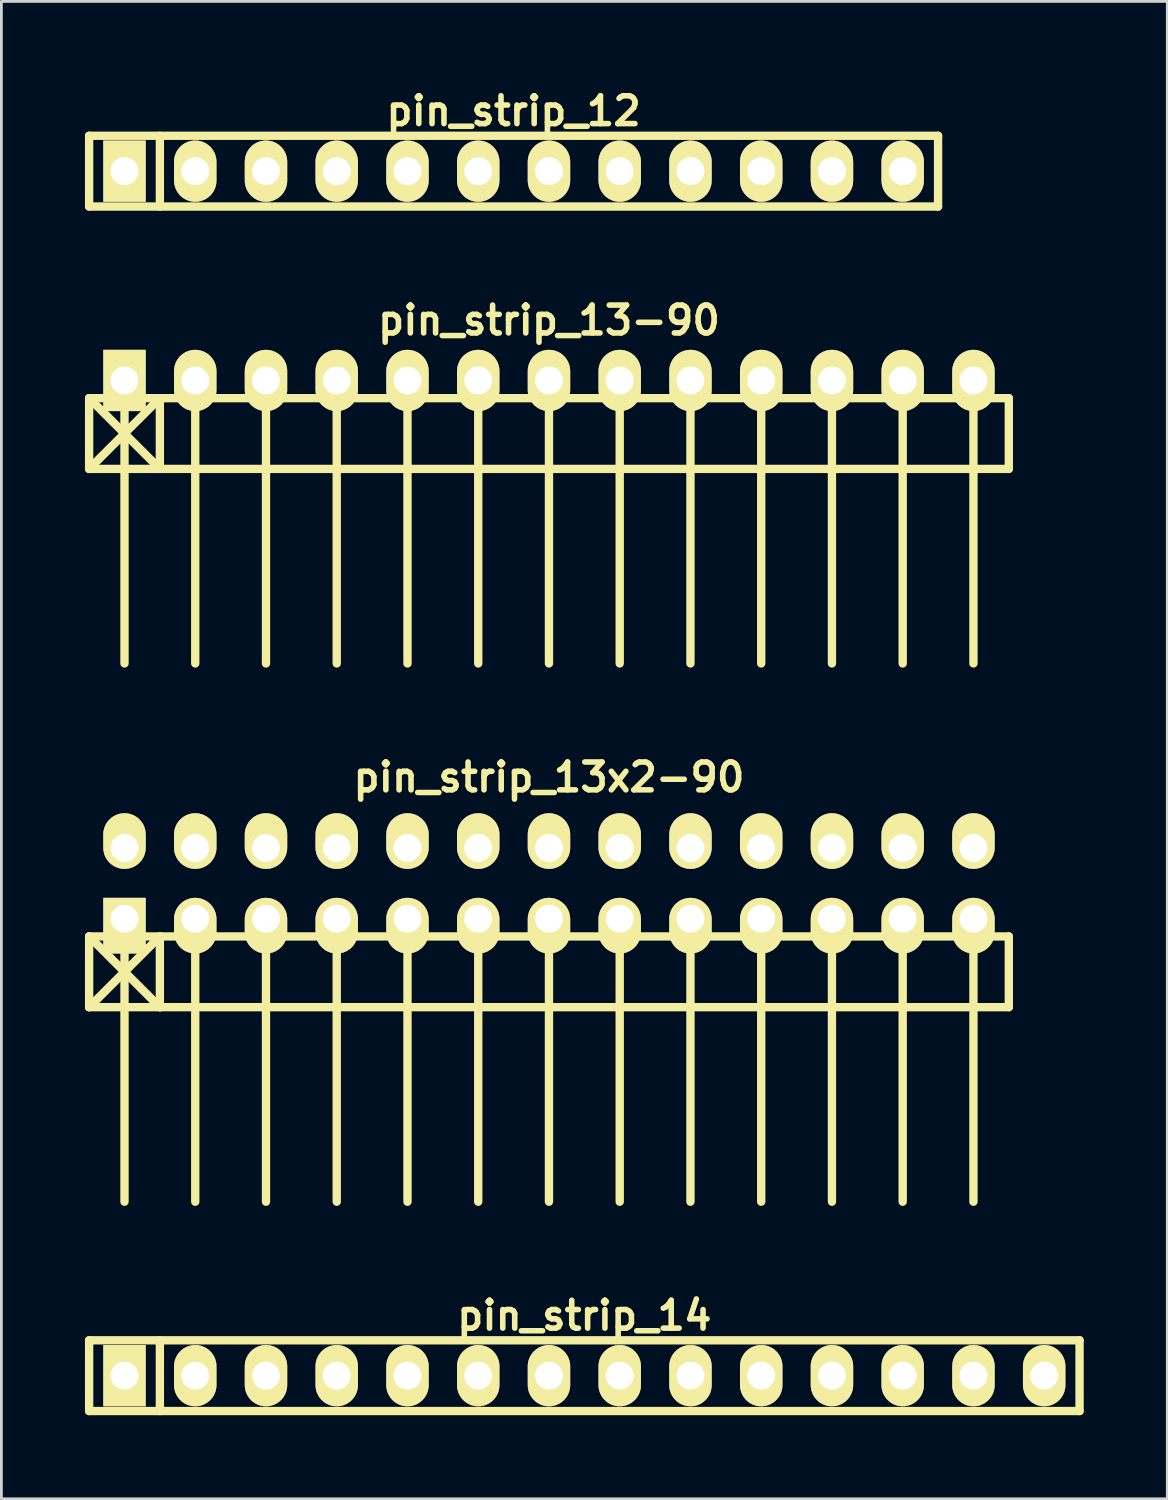
<source format=kicad_pcb>
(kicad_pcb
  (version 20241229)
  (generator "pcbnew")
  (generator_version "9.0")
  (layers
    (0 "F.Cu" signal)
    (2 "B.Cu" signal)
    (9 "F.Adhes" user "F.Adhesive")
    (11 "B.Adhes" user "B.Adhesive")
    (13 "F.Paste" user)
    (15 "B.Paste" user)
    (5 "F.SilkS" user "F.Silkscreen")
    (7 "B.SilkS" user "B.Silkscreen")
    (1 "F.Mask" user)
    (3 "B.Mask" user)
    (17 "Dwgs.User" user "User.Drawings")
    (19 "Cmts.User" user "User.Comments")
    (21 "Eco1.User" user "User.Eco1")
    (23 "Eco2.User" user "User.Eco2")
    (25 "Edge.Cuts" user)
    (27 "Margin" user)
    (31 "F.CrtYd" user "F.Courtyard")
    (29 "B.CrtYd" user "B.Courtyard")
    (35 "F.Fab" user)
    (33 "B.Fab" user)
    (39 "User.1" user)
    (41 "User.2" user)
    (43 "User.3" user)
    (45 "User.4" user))
  (footprint "pin_strip_14"
    (layer "F.Cu")
    (at 17.93 46.341)
    (property "Reference" "pin_strip_14" (at 0 -2.159 0) (layer "F.SilkS") (effects (font (size 1 1) (thickness 0.2))))
    (attr through_hole)
    (fp_line (start -17.78 -1.27) (end 17.78 -1.27) (stroke (width 0.3) (type solid)) (layer "F.SilkS"))
    (fp_line (start -17.78 1.27) (end -17.78 -1.27) (stroke (width 0.3) (type solid)) (layer "F.SilkS"))
    (fp_line (start -15.24 -1.27) (end -15.24 1.27) (stroke (width 0.3) (type solid)) (layer "F.SilkS"))
    (fp_line (start 17.78 -1.27) (end 17.78 1.27) (stroke (width 0.3) (type solid)) (layer "F.SilkS"))
    (fp_line (start 17.78 1.27) (end -17.78 1.27) (stroke (width 0.3) (type solid)) (layer "F.SilkS"))
    (pad "1" thru_hole rect (at -16.51 0) (size 1.524 2.2) (drill 1.001) (layers "*.Cu" "*.Mask" "F.SilkS"))
    (pad "2" thru_hole oval (at -13.97 0) (size 1.524 2.2) (drill 1.001) (layers "*.Cu" "*.Mask" "F.SilkS"))
    (pad "3" thru_hole oval (at -11.43 0) (size 1.524 2.2) (drill 1.001) (layers "*.Cu" "*.Mask" "F.SilkS"))
    (pad "4" thru_hole oval (at -8.89 0) (size 1.524 2.2) (drill 1.001) (layers "*.Cu" "*.Mask" "F.SilkS"))
    (pad "5" thru_hole oval (at -6.35 0) (size 1.524 2.2) (drill 1.001) (layers "*.Cu" "*.Mask" "F.SilkS"))
    (pad "6" thru_hole oval (at -3.81 0) (size 1.524 2.2) (drill 1.001) (layers "*.Cu" "*.Mask" "F.SilkS"))
    (pad "7" thru_hole oval (at -1.27 0) (size 1.524 2.2) (drill 1.001) (layers "*.Cu" "*.Mask" "F.SilkS"))
    (pad "8" thru_hole oval (at 1.27 0) (size 1.524 2.2) (drill 1.001) (layers "*.Cu" "*.Mask" "F.SilkS"))
    (pad "9" thru_hole oval (at 3.81 0) (size 1.524 2.2) (drill 1.001) (layers "*.Cu" "*.Mask" "F.SilkS"))
    (pad "10" thru_hole oval (at 6.35 0) (size 1.524 2.2) (drill 1.001) (layers "*.Cu" "*.Mask" "F.SilkS"))
    (pad "11" thru_hole oval (at 8.89 0) (size 1.524 2.2) (drill 1.001) (layers "*.Cu" "*.Mask" "F.SilkS"))
    (pad "12" thru_hole oval (at 11.43 0) (size 1.524 2.2) (drill 1.001) (layers "*.Cu" "*.Mask" "F.SilkS"))
    (pad "13" thru_hole oval (at 13.97 0) (size 1.524 2.2) (drill 1.001) (layers "*.Cu" "*.Mask" "F.SilkS"))
    (pad "14" thru_hole oval (at 16.51 0) (size 1.524 2.2) (drill 1.001) (layers "*.Cu" "*.Mask" "F.SilkS")))
  (footprint "pin_strip_13-90"
    (layer "F.Cu")
    (at 16.66 10.61)
    (property "Reference" "pin_strip_13-90" (at 0 -2.159 0) (layer "F.SilkS") (effects (font (size 1 1) (thickness 0.2))))
    (attr through_hole)
    (fp_line (start -16.51 0.635) (end 16.51 0.635) (stroke (width 0.3) (type solid)) (layer "F.SilkS"))
    (fp_line (start -16.51 3.175) (end -16.51 0.635) (stroke (width 0.3) (type solid)) (layer "F.SilkS"))
    (fp_line (start -16.51 3.175) (end -13.97 0.635) (stroke (width 0.3) (type solid)) (layer "F.SilkS"))
    (fp_line (start -15.24 0) (end -15.24 10.16) (stroke (width 0.3) (type solid)) (layer "F.SilkS"))
    (fp_line (start -13.97 0.635) (end -13.97 3.175) (stroke (width 0.3) (type solid)) (layer "F.SilkS"))
    (fp_line (start -13.97 3.175) (end -16.51 0.635) (stroke (width 0.3) (type solid)) (layer "F.SilkS"))
    (fp_line (start -12.7 0) (end -12.7 10.16) (stroke (width 0.3) (type solid)) (layer "F.SilkS"))
    (fp_line (start -10.16 10.16) (end -10.16 0) (stroke (width 0.3) (type solid)) (layer "F.SilkS"))
    (fp_line (start -7.62 0) (end -7.62 10.16) (stroke (width 0.3) (type solid)) (layer "F.SilkS"))
    (fp_line (start -5.08 0) (end -5.08 10.16) (stroke (width 0.3) (type solid)) (layer "F.SilkS"))
    (fp_line (start -2.54 0) (end -2.54 10.16) (stroke (width 0.3) (type solid)) (layer "F.SilkS"))
    (fp_line (start 0 0) (end 0 10.16) (stroke (width 0.3) (type solid)) (layer "F.SilkS"))
    (fp_line (start 2.54 0) (end 2.54 10.16) (stroke (width 0.3) (type solid)) (layer "F.SilkS"))
    (fp_line (start 5.08 0) (end 5.08 10.16) (stroke (width 0.3) (type solid)) (layer "F.SilkS"))
    (fp_line (start 7.62 0) (end 7.62 10.16) (stroke (width 0.3) (type solid)) (layer "F.SilkS"))
    (fp_line (start 10.16 0) (end 10.16 10.16) (stroke (width 0.3) (type solid)) (layer "F.SilkS"))
    (fp_line (start 12.7 0) (end 12.7 10.16) (stroke (width 0.3) (type solid)) (layer "F.SilkS"))
    (fp_line (start 15.24 10.16) (end 15.24 0) (stroke (width 0.3) (type solid)) (layer "F.SilkS"))
    (fp_line (start 16.51 0.635) (end 16.51 3.175) (stroke (width 0.3) (type solid)) (layer "F.SilkS"))
    (fp_line (start 16.51 3.175) (end -16.51 3.175) (stroke (width 0.3) (type solid)) (layer "F.SilkS"))
    (pad "1" thru_hole rect (at -15.24 0) (size 1.524 2.2) (drill 1.001) (layers "*.Cu" "*.Mask" "F.SilkS"))
    (pad "2" thru_hole oval (at -12.7 0) (size 1.524 2.2) (drill 1.001) (layers "*.Cu" "*.Mask" "F.SilkS"))
    (pad "3" thru_hole oval (at -10.16 0) (size 1.524 2.2) (drill 1.001) (layers "*.Cu" "*.Mask" "F.SilkS"))
    (pad "4" thru_hole oval (at -7.62 0) (size 1.524 2.2) (drill 1.001) (layers "*.Cu" "*.Mask" "F.SilkS"))
    (pad "5" thru_hole oval (at -5.08 0) (size 1.524 2.2) (drill 1.001) (layers "*.Cu" "*.Mask" "F.SilkS"))
    (pad "6" thru_hole oval (at -2.54 0) (size 1.524 2.2) (drill 1.001) (layers "*.Cu" "*.Mask" "F.SilkS"))
    (pad "7" thru_hole oval (at 0 0) (size 1.524 2.2) (drill 1.001) (layers "*.Cu" "*.Mask" "F.SilkS"))
    (pad "8" thru_hole oval (at 2.54 0) (size 1.524 2.2) (drill 1.001) (layers "*.Cu" "*.Mask" "F.SilkS"))
    (pad "9" thru_hole oval (at 5.08 0) (size 1.524 2.2) (drill 1.001) (layers "*.Cu" "*.Mask" "F.SilkS"))
    (pad "10" thru_hole oval (at 7.62 0) (size 1.524 2.2) (drill 1.001) (layers "*.Cu" "*.Mask" "F.SilkS"))
    (pad "11" thru_hole oval (at 10.16 0) (size 1.524 2.2) (drill 1.001) (layers "*.Cu" "*.Mask" "F.SilkS"))
    (pad "12" thru_hole oval (at 12.7 0) (size 1.524 2.2) (drill 1.001) (layers "*.Cu" "*.Mask" "F.SilkS"))
    (pad "13" thru_hole oval (at 15.24 0) (size 1.524 2.2) (drill 1.001) (layers "*.Cu" "*.Mask" "F.SilkS")))
  (footprint "pin_strip_12"
    (layer "F.Cu")
    (at 15.39 3.095)
    (property "Reference" "pin_strip_12" (at 0 -2.159 0) (layer "F.SilkS") (effects (font (size 1 1) (thickness 0.2))))
    (attr through_hole)
    (fp_line (start -15.24 -1.27) (end 15.24 -1.27) (stroke (width 0.3) (type solid)) (layer "F.SilkS"))
    (fp_line (start -15.24 1.27) (end -15.24 -1.27) (stroke (width 0.3) (type solid)) (layer "F.SilkS"))
    (fp_line (start -12.7 -1.27) (end -12.7 1.27) (stroke (width 0.3) (type solid)) (layer "F.SilkS"))
    (fp_line (start 15.24 -1.27) (end 15.24 1.27) (stroke (width 0.3) (type solid)) (layer "F.SilkS"))
    (fp_line (start 15.24 1.27) (end -15.24 1.27) (stroke (width 0.3) (type solid)) (layer "F.SilkS"))
    (pad "1" thru_hole rect (at -13.97 0) (size 1.524 2.2) (drill 1.001) (layers "*.Cu" "*.Mask" "F.SilkS"))
    (pad "2" thru_hole oval (at -11.43 0) (size 1.524 2.2) (drill 1.001) (layers "*.Cu" "*.Mask" "F.SilkS"))
    (pad "3" thru_hole oval (at -8.89 0) (size 1.524 2.2) (drill 1.001) (layers "*.Cu" "*.Mask" "F.SilkS"))
    (pad "4" thru_hole oval (at -6.35 0) (size 1.524 2.2) (drill 1.001) (layers "*.Cu" "*.Mask" "F.SilkS"))
    (pad "5" thru_hole oval (at -3.81 0) (size 1.524 2.2) (drill 1.001) (layers "*.Cu" "*.Mask" "F.SilkS"))
    (pad "6" thru_hole oval (at -1.27 0) (size 1.524 2.2) (drill 1.001) (layers "*.Cu" "*.Mask" "F.SilkS"))
    (pad "7" thru_hole oval (at 1.27 0) (size 1.524 2.2) (drill 1.001) (layers "*.Cu" "*.Mask" "F.SilkS"))
    (pad "8" thru_hole oval (at 3.81 0) (size 1.524 2.2) (drill 1.001) (layers "*.Cu" "*.Mask" "F.SilkS"))
    (pad "9" thru_hole oval (at 6.35 0) (size 1.524 2.2) (drill 1.001) (layers "*.Cu" "*.Mask" "F.SilkS"))
    (pad "10" thru_hole oval (at 8.89 0) (size 1.524 2.2) (drill 1.001) (layers "*.Cu" "*.Mask" "F.SilkS"))
    (pad "11" thru_hole oval (at 11.43 0) (size 1.524 2.2) (drill 1.001) (layers "*.Cu" "*.Mask" "F.SilkS"))
    (pad "12" thru_hole oval (at 13.97 0) (size 1.524 2.2) (drill 1.001) (layers "*.Cu" "*.Mask" "F.SilkS")))
  (footprint "pin_strip_13x2-90"
    (layer "F.Cu")
    (at 16.66 28.666)
    (property "Reference" "pin_strip_13x2-90" (at 0 -3.81 0) (layer "F.SilkS") (effects (font (size 1 1) (thickness 0.2))))
    (attr through_hole)
    (fp_line (start -16.51 1.905) (end -13.97 4.445) (stroke (width 0.3) (type solid)) (layer "F.SilkS"))
    (fp_line (start -16.51 1.905) (end 16.51 1.905) (stroke (width 0.3) (type solid)) (layer "F.SilkS"))
    (fp_line (start -16.51 4.445) (end -16.51 1.905) (stroke (width 0.3) (type solid)) (layer "F.SilkS"))
    (fp_line (start -15.24 1.27) (end -15.24 11.43) (stroke (width 0.3) (type solid)) (layer "F.SilkS"))
    (fp_line (start -13.97 1.905) (end -16.51 4.445) (stroke (width 0.3) (type solid)) (layer "F.SilkS"))
    (fp_line (start -13.97 4.445) (end -13.97 1.905) (stroke (width 0.3) (type solid)) (layer "F.SilkS"))
    (fp_line (start -12.7 1.27) (end -12.7 11.43) (stroke (width 0.3) (type solid)) (layer "F.SilkS"))
    (fp_line (start -10.16 11.43) (end -10.16 1.27) (stroke (width 0.3) (type solid)) (layer "F.SilkS"))
    (fp_line (start -7.62 1.27) (end -7.62 11.43) (stroke (width 0.3) (type solid)) (layer "F.SilkS"))
    (fp_line (start -5.08 1.27) (end -5.08 11.43) (stroke (width 0.3) (type solid)) (layer "F.SilkS"))
    (fp_line (start -2.54 1.27) (end -2.54 11.43) (stroke (width 0.3) (type solid)) (layer "F.SilkS"))
    (fp_line (start 0 1.27) (end 0 11.43) (stroke (width 0.3) (type solid)) (layer "F.SilkS"))
    (fp_line (start 2.54 1.27) (end 2.54 11.43) (stroke (width 0.3) (type solid)) (layer "F.SilkS"))
    (fp_line (start 5.08 1.27) (end 5.08 11.43) (stroke (width 0.3) (type solid)) (layer "F.SilkS"))
    (fp_line (start 7.62 1.27) (end 7.62 11.43) (stroke (width 0.3) (type solid)) (layer "F.SilkS"))
    (fp_line (start 10.16 1.27) (end 10.16 11.43) (stroke (width 0.3) (type solid)) (layer "F.SilkS"))
    (fp_line (start 12.7 1.27) (end 12.7 11.43) (stroke (width 0.3) (type solid)) (layer "F.SilkS"))
    (fp_line (start 15.24 11.43) (end 15.24 1.27) (stroke (width 0.3) (type solid)) (layer "F.SilkS"))
    (fp_line (start 16.51 1.905) (end 16.51 4.445) (stroke (width 0.3) (type solid)) (layer "F.SilkS"))
    (fp_line (start 16.51 4.445) (end -16.51 4.445) (stroke (width 0.3) (type solid)) (layer "F.SilkS"))
    (pad "1" thru_hole rect (at -15.24 1.27) (size 1.524 1.999) (drill 1.001 (offset 0 0.249)) (layers "*.Cu" "*.Mask" "F.SilkS"))
    (pad "2" thru_hole oval (at -15.24 -1.27) (size 1.524 1.999) (drill 1.001 (offset 0 -0.249)) (layers "*.Cu" "*.Mask" "F.SilkS"))
    (pad "3" thru_hole oval (at -12.7 1.27) (size 1.524 1.999) (drill 1.001 (offset 0 0.249)) (layers "*.Cu" "*.Mask" "F.SilkS"))
    (pad "4" thru_hole oval (at -12.7 -1.27) (size 1.524 1.999) (drill 1.001 (offset 0 -0.249)) (layers "*.Cu" "*.Mask" "F.SilkS"))
    (pad "5" thru_hole oval (at -10.16 1.27) (size 1.524 1.999) (drill 1.001 (offset 0 0.249)) (layers "*.Cu" "*.Mask" "F.SilkS"))
    (pad "6" thru_hole oval (at -10.16 -1.27) (size 1.524 1.999) (drill 1.001 (offset 0 -0.249)) (layers "*.Cu" "*.Mask" "F.SilkS"))
    (pad "7" thru_hole oval (at -7.62 1.27) (size 1.524 1.999) (drill 1.001 (offset 0 0.249)) (layers "*.Cu" "*.Mask" "F.SilkS"))
    (pad "8" thru_hole oval (at -7.62 -1.27) (size 1.524 1.999) (drill 1.001 (offset 0 -0.249)) (layers "*.Cu" "*.Mask" "F.SilkS"))
    (pad "9" thru_hole oval (at -5.08 1.27) (size 1.524 1.999) (drill 1.001 (offset 0 0.249)) (layers "*.Cu" "*.Mask" "F.SilkS"))
    (pad "10" thru_hole oval (at -5.08 -1.27) (size 1.524 1.999) (drill 1.001 (offset 0 -0.249)) (layers "*.Cu" "*.Mask" "F.SilkS"))
    (pad "11" thru_hole oval (at -2.54 1.27) (size 1.524 1.999) (drill 1.001 (offset 0 0.249)) (layers "*.Cu" "*.Mask" "F.SilkS"))
    (pad "12" thru_hole oval (at -2.54 -1.27) (size 1.524 1.999) (drill 1.001 (offset 0 -0.249)) (layers "*.Cu" "*.Mask" "F.SilkS"))
    (pad "13" thru_hole oval (at 0 1.27) (size 1.524 1.999) (drill 1.001 (offset 0 0.249)) (layers "*.Cu" "*.Mask" "F.SilkS"))
    (pad "14" thru_hole oval (at 0 -1.27) (size 1.524 1.999) (drill 1.001 (offset 0 -0.249)) (layers "*.Cu" "*.Mask" "F.SilkS"))
    (pad "15" thru_hole oval (at 2.54 1.27) (size 1.524 1.999) (drill 1.001 (offset 0 0.249)) (layers "*.Cu" "*.Mask" "F.SilkS"))
    (pad "16" thru_hole oval (at 2.54 -1.27) (size 1.524 1.999) (drill 1.001 (offset 0 -0.249)) (layers "*.Cu" "*.Mask" "F.SilkS"))
    (pad "17" thru_hole oval (at 5.08 1.27) (size 1.524 1.999) (drill 1.001 (offset 0 0.249)) (layers "*.Cu" "*.Mask" "F.SilkS"))
    (pad "18" thru_hole oval (at 5.08 -1.27) (size 1.524 1.999) (drill 1.001 (offset 0 -0.249)) (layers "*.Cu" "*.Mask" "F.SilkS"))
    (pad "19" thru_hole oval (at 7.62 1.27) (size 1.524 1.999) (drill 1.001 (offset 0 0.249)) (layers "*.Cu" "*.Mask" "F.SilkS"))
    (pad "20" thru_hole oval (at 7.62 -1.27) (size 1.524 1.999) (drill 1.001 (offset 0 -0.249)) (layers "*.Cu" "*.Mask" "F.SilkS"))
    (pad "21" thru_hole oval (at 10.16 1.27) (size 1.524 1.999) (drill 1.001 (offset 0 0.249)) (layers "*.Cu" "*.Mask" "F.SilkS"))
    (pad "22" thru_hole oval (at 10.16 -1.27) (size 1.524 1.999) (drill 1.001 (offset 0 -0.249)) (layers "*.Cu" "*.Mask" "F.SilkS"))
    (pad "23" thru_hole oval (at 12.7 1.27) (size 1.524 1.999) (drill 1.001 (offset 0 0.249)) (layers "*.Cu" "*.Mask" "F.SilkS"))
    (pad "24" thru_hole oval (at 12.7 -1.27) (size 1.524 1.999) (drill 1.001 (offset 0 -0.249)) (layers "*.Cu" "*.Mask" "F.SilkS"))
    (pad "25" thru_hole oval (at 15.24 1.27) (size 1.524 1.999) (drill 1.001 (offset 0 0.249)) (layers "*.Cu" "*.Mask" "F.SilkS"))
    (pad "26" thru_hole oval (at 15.24 -1.27) (size 1.524 1.999) (drill 1.001 (offset 0 -0.249)) (layers "*.Cu" "*.Mask" "F.SilkS")))
  (gr_rect
    (start -3 -3)
    (end 38.86 50.761)
    (stroke (width 0.1) (type default))
    (fill no)
    (layer "Edge.Cuts")))
</source>
